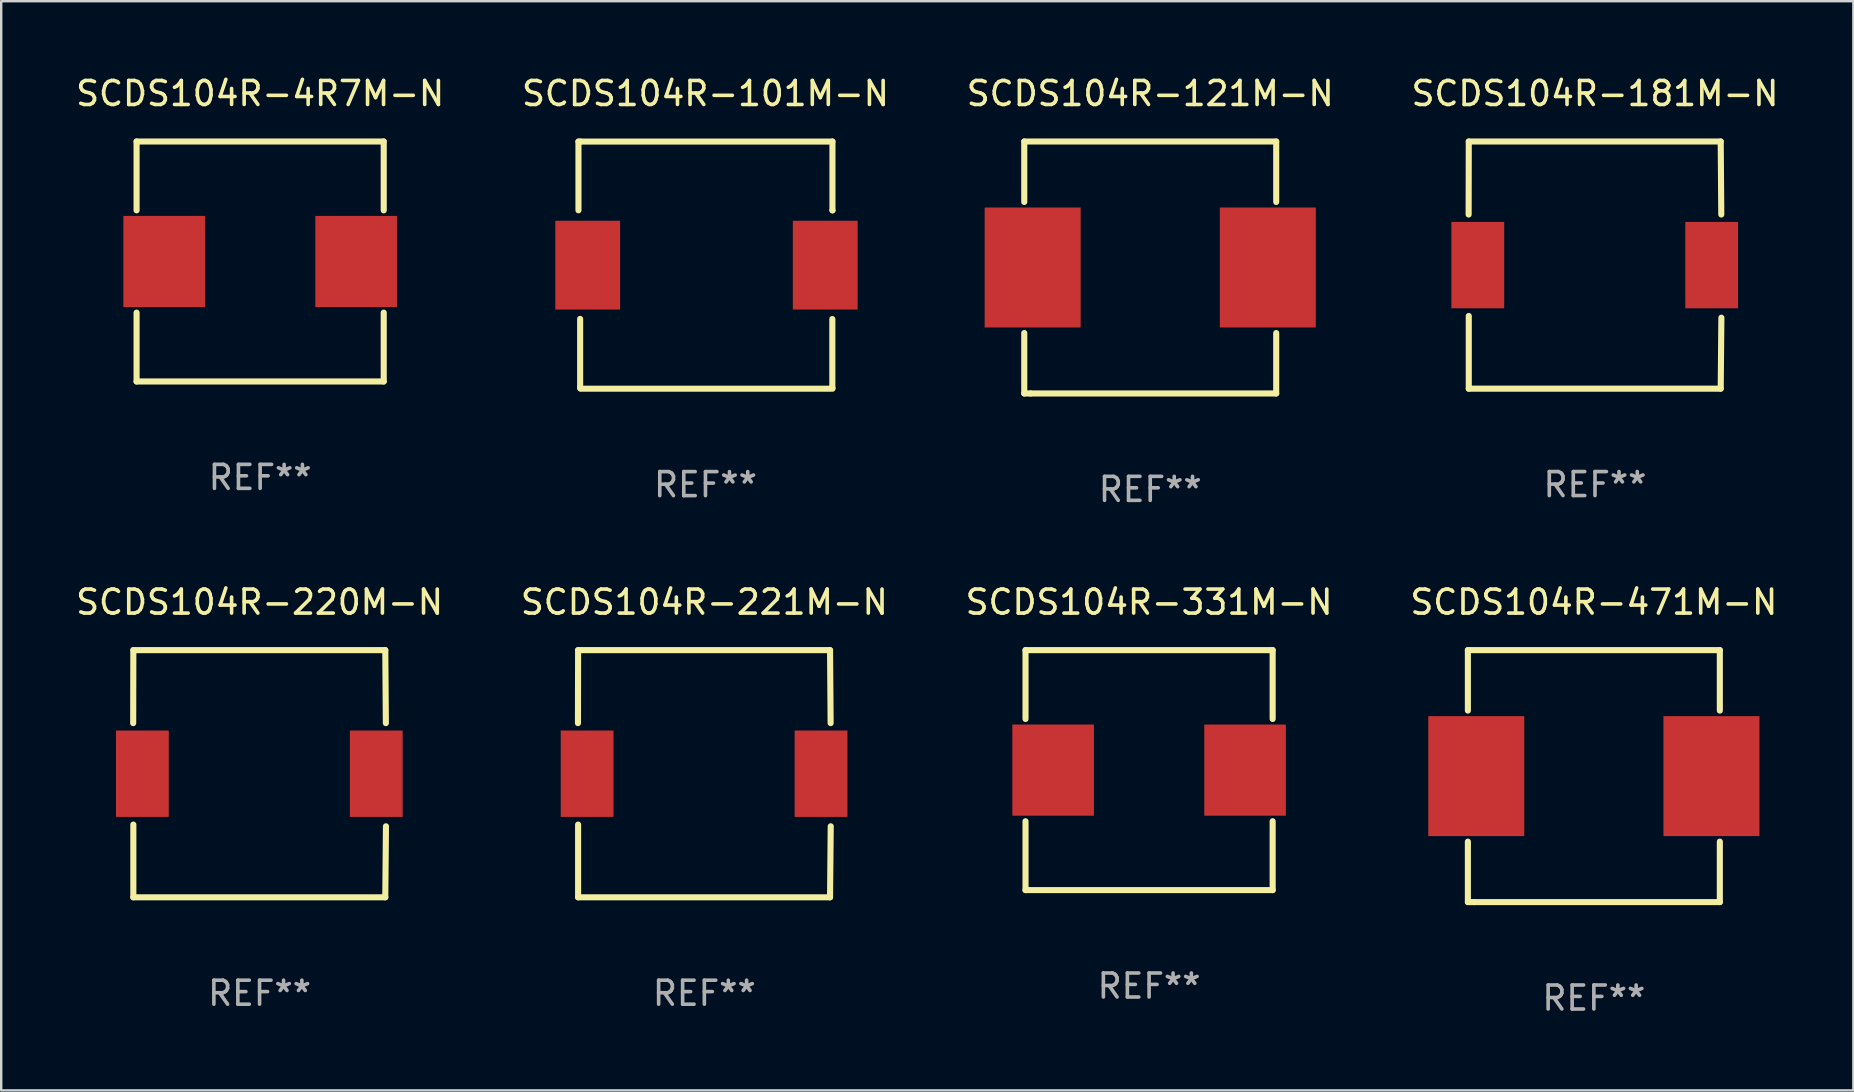
<source format=kicad_pcb>
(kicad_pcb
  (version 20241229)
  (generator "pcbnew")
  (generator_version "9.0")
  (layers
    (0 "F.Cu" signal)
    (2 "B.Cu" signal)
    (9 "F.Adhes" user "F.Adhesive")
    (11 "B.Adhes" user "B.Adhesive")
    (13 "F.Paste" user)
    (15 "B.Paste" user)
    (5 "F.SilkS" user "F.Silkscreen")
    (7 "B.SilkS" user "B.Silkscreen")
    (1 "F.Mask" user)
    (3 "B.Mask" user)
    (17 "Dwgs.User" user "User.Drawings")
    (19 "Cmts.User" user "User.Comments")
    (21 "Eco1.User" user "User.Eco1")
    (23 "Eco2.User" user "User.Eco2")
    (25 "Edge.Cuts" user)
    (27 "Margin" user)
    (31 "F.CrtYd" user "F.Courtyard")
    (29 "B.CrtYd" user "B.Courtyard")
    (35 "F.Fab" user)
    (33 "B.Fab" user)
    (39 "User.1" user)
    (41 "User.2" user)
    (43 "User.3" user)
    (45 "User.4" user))
  (footprint "SCDS104R-471M-N"
    (layer "F.Cu")
    (at 63.375 29.295)
    (property "Reference" "SCDS104R-471M-N" (at 0 -7.25 0) (layer "F.SilkS") (effects (font (size 1 1) (thickness 0.15))))
    (attr through_hole)
    (fp_line (start -5.25 -5.25) (end -5.25 -2.731) (stroke (width 0.254) (type solid)) (layer "F.SilkS"))
    (fp_line (start -5.25 -5.25) (end 5.25 -5.25) (stroke (width 0.254) (type solid)) (layer "F.SilkS"))
    (fp_line (start -5.25 2.731) (end -5.25 5.25) (stroke (width 0.254) (type solid)) (layer "F.SilkS"))
    (fp_line (start -4.989 5.25) (end -5.25 5.25) (stroke (width 0.254) (type solid)) (layer "F.SilkS"))
    (fp_line (start 5.25 -5.25) (end 5.25 -2.731) (stroke (width 0.254) (type solid)) (layer "F.SilkS"))
    (fp_line (start 5.25 2.731) (end 5.25 5.25) (stroke (width 0.254) (type solid)) (layer "F.SilkS"))
    (fp_line (start 5.25 5.25) (end -4.989 5.25) (stroke (width 0.254) (type solid)) (layer "F.SilkS"))
    (fp_circle (center -5.25 5.25) (end -5.22 5.25) (stroke (width 0.06) (type solid)) (fill no) (layer "F.SilkS"))
    (fp_text user "REF**" (at 0 9.25 0) (layer "F.Fab") (effects (font (size 1 1) (thickness 0.15))))
    (pad "1" smd rect (at -4.9 -0.000013) (size 4 5) (layers "F.Cu" "F.Mask" "F.Paste"))
    (pad "2" smd rect (at 4.9 -0.000013) (size 4 5) (layers "F.Cu" "F.Mask" "F.Paste")))
  (footprint "SCDS104R-4R7M-N"
    (layer "F.Cu")
    (at 7.792 7.848)
    (property "Reference" "SCDS104R-4R7M-N" (at 0 -7 0) (layer "F.SilkS") (effects (font (size 1 1) (thickness 0.15))))
    (attr through_hole)
    (fp_line (start -5.15 -5) (end 5.15 -5) (stroke (width 0.254) (type solid)) (layer "F.SilkS"))
    (fp_line (start -5.15 -2.131) (end -5.15 -5) (stroke (width 0.254) (type solid)) (layer "F.SilkS"))
    (fp_line (start -5.15 5) (end -5.15 2.131) (stroke (width 0.254) (type solid)) (layer "F.SilkS"))
    (fp_line (start -5.15 5) (end 5.15 5) (stroke (width 0.254) (type solid)) (layer "F.SilkS"))
    (fp_line (start 5.15 -2.131) (end 5.15 -5) (stroke (width 0.254) (type solid)) (layer "F.SilkS"))
    (fp_line (start 5.15 5) (end 5.15 2.131) (stroke (width 0.254) (type solid)) (layer "F.SilkS"))
    (fp_circle (center -5.15 5) (end -5.12 5) (stroke (width 0.06) (type solid)) (fill no) (layer "F.SilkS"))
    (fp_text user "REF**" (at 0 9 0) (layer "F.Fab") (effects (font (size 1 1) (thickness 0.15))))
    (pad "1" smd rect (at -4 0) (size 3.4 3.8) (layers "F.Cu" "F.Mask" "F.Paste"))
    (pad "2" smd rect (at 4 0) (size 3.4 3.8) (layers "F.Cu" "F.Mask" "F.Paste")))
  (footprint "SCDS104R-331M-N"
    (layer "F.Cu")
    (at 44.839 29.045)
    (property "Reference" "SCDS104R-331M-N" (at 0 -7 0) (layer "F.SilkS") (effects (font (size 1 1) (thickness 0.15))))
    (attr through_hole)
    (fp_line (start -5.15 -5) (end 5.15 -5) (stroke (width 0.254) (type solid)) (layer "F.SilkS"))
    (fp_line (start -5.15 -2.131) (end -5.15 -5) (stroke (width 0.254) (type solid)) (layer "F.SilkS"))
    (fp_line (start -5.15 5) (end -5.15 2.131) (stroke (width 0.254) (type solid)) (layer "F.SilkS"))
    (fp_line (start -5.15 5) (end 5.15 5) (stroke (width 0.254) (type solid)) (layer "F.SilkS"))
    (fp_line (start 5.15 -2.131) (end 5.15 -5) (stroke (width 0.254) (type solid)) (layer "F.SilkS"))
    (fp_line (start 5.15 5) (end 5.15 2.131) (stroke (width 0.254) (type solid)) (layer "F.SilkS"))
    (fp_circle (center -5.15 5) (end -5.12 5) (stroke (width 0.06) (type solid)) (fill no) (layer "F.SilkS"))
    (fp_text user "REF**" (at 0 9 0) (layer "F.Fab") (effects (font (size 1 1) (thickness 0.15))))
    (pad "1" smd rect (at -4 0) (size 3.4 3.8) (layers "F.Cu" "F.Mask" "F.Paste"))
    (pad "2" smd rect (at 4 0) (size 3.4 3.8) (layers "F.Cu" "F.Mask" "F.Paste")))
  (footprint "SCDS104R-221M-N"
    (layer "F.Cu")
    (at 26.304 29.195)
    (property "Reference" "SCDS104R-221M-N" (at 0 -7.15 0) (layer "F.SilkS") (effects (font (size 1 1) (thickness 0.15))))
    (attr through_hole)
    (fp_line (start -5.267 -2.108) (end -5.261 -5.15) (stroke (width 0.254) (type solid)) (layer "F.SilkS"))
    (fp_line (start -5.261 -5.15) (end 5.239 -5.15) (stroke (width 0.254) (type solid)) (layer "F.SilkS"))
    (fp_line (start -5.261 5.15) (end -5.261 2.12) (stroke (width 0.254) (type solid)) (layer "F.SilkS"))
    (fp_line (start 5.239 -5.15) (end 5.263 -2.108) (stroke (width 0.254) (type solid)) (layer "F.SilkS"))
    (fp_line (start 5.239 5.15) (end -5.261 5.15) (stroke (width 0.254) (type solid)) (layer "F.SilkS"))
    (fp_line (start 5.267 2.192) (end 5.239 5.15) (stroke (width 0.254) (type solid)) (layer "F.SilkS"))
    (fp_circle (center -5.261 5.15) (end -5.231 5.15) (stroke (width 0.06) (type solid)) (fill no) (layer "F.SilkS"))
    (fp_text user "REF**" (at 0 9.15 0) (layer "F.Fab") (effects (font (size 1 1) (thickness 0.15))))
    (pad "1" smd rect (at -4.885 0) (size 2.2 3.6) (layers "F.Cu" "F.Mask" "F.Paste"))
    (pad "2" smd rect (at 4.863 0) (size 2.2 3.6) (layers "F.Cu" "F.Mask" "F.Paste")))
  (footprint "SCDS104R-101M-N"
    (layer "F.Cu")
    (at 26.351 7.999)
    (property "Reference" "SCDS104R-101M-N" (at 0 -7.151 0) (layer "F.SilkS") (effects (font (size 1 1) (thickness 0.15))))
    (attr through_hole)
    (fp_line (start -5.293 -5.149) (end -5.293 -2.285) (stroke (width 0.254) (type solid)) (layer "F.SilkS"))
    (fp_line (start -5.223 2.242) (end -5.223 5.108) (stroke (width 0.254) (type solid)) (layer "F.SilkS"))
    (fp_line (start -5.223 5.108) (end -5.222 5.112) (stroke (width 0.254) (type solid)) (layer "F.SilkS"))
    (fp_line (start -5.208 -5.149) (end -5.293 -5.149) (stroke (width 0.254) (type solid)) (layer "F.SilkS"))
    (fp_line (start -5.208 -5.149) (end 5.291 -5.149) (stroke (width 0.254) (type solid)) (layer "F.SilkS"))
    (fp_line (start -5.208 5.151) (end 5.291 5.151) (stroke (width 0.254) (type solid)) (layer "F.SilkS"))
    (fp_line (start 5.287 2.248) (end 5.287 5.114) (stroke (width 0.254) (type solid)) (layer "F.SilkS"))
    (fp_line (start 5.287 5.114) (end 5.287 5.118) (stroke (width 0.254) (type solid)) (layer "F.SilkS"))
    (fp_line (start 5.292 -5.151) (end 5.292 -2.285) (stroke (width 0.254) (type solid)) (layer "F.SilkS"))
    (fp_line (start 5.292 -2.285) (end 5.293 -2.281) (stroke (width 0.254) (type solid)) (layer "F.SilkS"))
    (fp_circle (center -5.208 5.151) (end -5.178 5.151) (stroke (width 0.06) (type solid)) (fill no) (layer "F.SilkS"))
    (fp_text user "REF**" (at 0 9.151 0) (layer "F.Fab") (effects (font (size 1 1) (thickness 0.15))))
    (pad "1" smd rect (at -4.908 0.001) (size 2.7 3.7) (layers "F.Cu" "F.Mask" "F.Paste"))
    (pad "2" smd rect (at 4.991 0.001) (size 2.7 3.7) (layers "F.Cu" "F.Mask" "F.Paste")))
  (footprint "SCDS104R-121M-N"
    (layer "F.Cu")
    (at 44.887 8.098)
    (property "Reference" "SCDS104R-121M-N" (at 0 -7.25 0) (layer "F.SilkS") (effects (font (size 1 1) (thickness 0.15))))
    (attr through_hole)
    (fp_line (start -5.25 -5.25) (end -5.25 -2.731) (stroke (width 0.254) (type solid)) (layer "F.SilkS"))
    (fp_line (start -5.25 -5.25) (end 5.25 -5.25) (stroke (width 0.254) (type solid)) (layer "F.SilkS"))
    (fp_line (start -5.25 2.731) (end -5.25 5.25) (stroke (width 0.254) (type solid)) (layer "F.SilkS"))
    (fp_line (start -4.989 5.25) (end -5.25 5.25) (stroke (width 0.254) (type solid)) (layer "F.SilkS"))
    (fp_line (start 5.25 -5.25) (end 5.25 -2.731) (stroke (width 0.254) (type solid)) (layer "F.SilkS"))
    (fp_line (start 5.25 2.731) (end 5.25 5.25) (stroke (width 0.254) (type solid)) (layer "F.SilkS"))
    (fp_line (start 5.25 5.25) (end -4.989 5.25) (stroke (width 0.254) (type solid)) (layer "F.SilkS"))
    (fp_circle (center -5.25 5.25) (end -5.22 5.25) (stroke (width 0.06) (type solid)) (fill no) (layer "F.SilkS"))
    (fp_text user "REF**" (at 0 9.25 0) (layer "F.Fab") (effects (font (size 1 1) (thickness 0.15))))
    (pad "1" smd rect (at -4.9 -0.000013) (size 4 5) (layers "F.Cu" "F.Mask" "F.Paste"))
    (pad "2" smd rect (at 4.9 -0.000013) (size 4 5) (layers "F.Cu" "F.Mask" "F.Paste")))
  (footprint "SCDS104R-181M-N"
    (layer "F.Cu")
    (at 63.423 7.998)
    (property "Reference" "SCDS104R-181M-N" (at 0 -7.15 0) (layer "F.SilkS") (effects (font (size 1 1) (thickness 0.15))))
    (attr through_hole)
    (fp_line (start -5.267 -2.108) (end -5.261 -5.15) (stroke (width 0.254) (type solid)) (layer "F.SilkS"))
    (fp_line (start -5.261 -5.15) (end 5.239 -5.15) (stroke (width 0.254) (type solid)) (layer "F.SilkS"))
    (fp_line (start -5.261 5.15) (end -5.261 2.12) (stroke (width 0.254) (type solid)) (layer "F.SilkS"))
    (fp_line (start 5.239 -5.15) (end 5.263 -2.108) (stroke (width 0.254) (type solid)) (layer "F.SilkS"))
    (fp_line (start 5.239 5.15) (end -5.261 5.15) (stroke (width 0.254) (type solid)) (layer "F.SilkS"))
    (fp_line (start 5.267 2.192) (end 5.239 5.15) (stroke (width 0.254) (type solid)) (layer "F.SilkS"))
    (fp_circle (center -5.261 5.15) (end -5.231 5.15) (stroke (width 0.06) (type solid)) (fill no) (layer "F.SilkS"))
    (fp_text user "REF**" (at 0 9.15 0) (layer "F.Fab") (effects (font (size 1 1) (thickness 0.15))))
    (pad "1" smd rect (at -4.885 0) (size 2.2 3.6) (layers "F.Cu" "F.Mask" "F.Paste"))
    (pad "2" smd rect (at 4.863 0) (size 2.2 3.6) (layers "F.Cu" "F.Mask" "F.Paste")))
  (footprint "SCDS104R-220M-N"
    (layer "F.Cu")
    (at 7.768 29.195)
    (property "Reference" "SCDS104R-220M-N" (at 0 -7.15 0) (layer "F.SilkS") (effects (font (size 1 1) (thickness 0.15))))
    (attr through_hole)
    (fp_line (start -5.267 -2.108) (end -5.261 -5.15) (stroke (width 0.254) (type solid)) (layer "F.SilkS"))
    (fp_line (start -5.261 -5.15) (end 5.239 -5.15) (stroke (width 0.254) (type solid)) (layer "F.SilkS"))
    (fp_line (start -5.261 5.15) (end -5.261 2.12) (stroke (width 0.254) (type solid)) (layer "F.SilkS"))
    (fp_line (start 5.239 -5.15) (end 5.263 -2.108) (stroke (width 0.254) (type solid)) (layer "F.SilkS"))
    (fp_line (start 5.239 5.15) (end -5.261 5.15) (stroke (width 0.254) (type solid)) (layer "F.SilkS"))
    (fp_line (start 5.267 2.192) (end 5.239 5.15) (stroke (width 0.254) (type solid)) (layer "F.SilkS"))
    (fp_circle (center -5.261 5.15) (end -5.231 5.15) (stroke (width 0.06) (type solid)) (fill no) (layer "F.SilkS"))
    (fp_text user "REF**" (at 0 9.15 0) (layer "F.Fab") (effects (font (size 1 1) (thickness 0.15))))
    (pad "1" smd rect (at -4.885 0) (size 2.2 3.6) (layers "F.Cu" "F.Mask" "F.Paste"))
    (pad "2" smd rect (at 4.863 0) (size 2.2 3.6) (layers "F.Cu" "F.Mask" "F.Paste")))
  (gr_rect
    (start -3 -3)
    (end 74.19 42.393)
    (stroke (width 0.1) (type default))
    (fill no)
    (layer "Edge.Cuts")))
</source>
